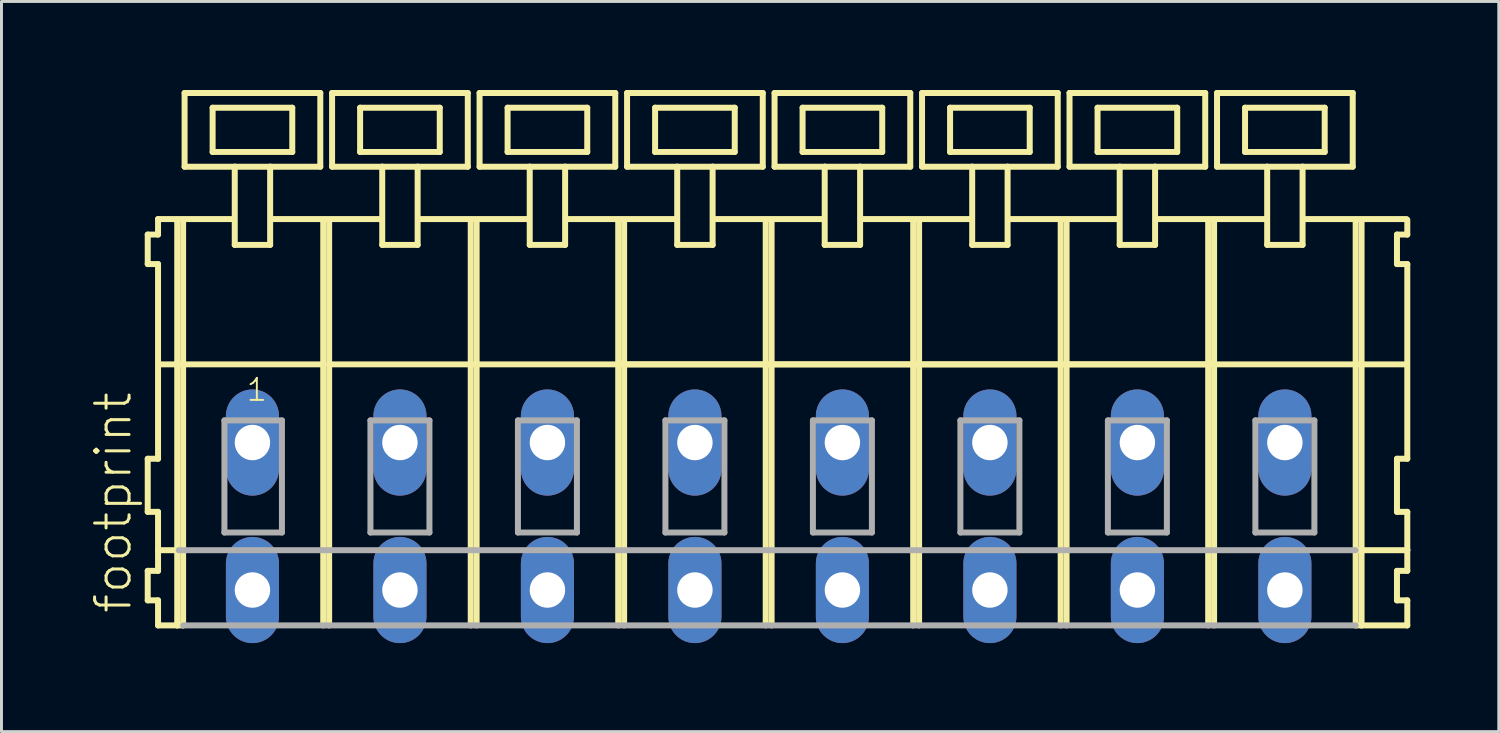
<source format=kicad_pcb>
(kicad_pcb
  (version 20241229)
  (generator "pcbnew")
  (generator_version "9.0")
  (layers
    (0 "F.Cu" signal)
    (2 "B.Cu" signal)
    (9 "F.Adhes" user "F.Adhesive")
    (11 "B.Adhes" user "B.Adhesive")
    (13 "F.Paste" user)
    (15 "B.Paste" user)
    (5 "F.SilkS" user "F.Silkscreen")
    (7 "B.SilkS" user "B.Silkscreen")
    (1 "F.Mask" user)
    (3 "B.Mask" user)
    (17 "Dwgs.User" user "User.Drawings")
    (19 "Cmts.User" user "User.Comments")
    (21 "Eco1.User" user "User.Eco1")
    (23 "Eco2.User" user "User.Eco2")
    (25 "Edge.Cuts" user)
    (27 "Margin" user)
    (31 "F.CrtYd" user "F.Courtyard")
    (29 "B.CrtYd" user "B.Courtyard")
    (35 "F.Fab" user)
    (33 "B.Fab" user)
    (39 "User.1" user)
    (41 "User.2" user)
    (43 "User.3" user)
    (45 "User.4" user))
  (footprint "footprint"
    (layer "F.Cu")
    (at 23.008 11.952)
    (property "Reference" "footprint" (at -21.535 5.855 90) (layer "F.SilkS") (effects (font (size 1.168 1.168) (thickness 0.102)) (justify left bottom)))
    (fp_line (start -21.05 -7.05) (end -21.05 -6.05) (stroke (width 0.203) (type solid)) (layer "F.SilkS"))
    (fp_line (start -21.05 -6.05) (end -20.7 -6.05) (stroke (width 0.203) (type solid)) (layer "F.SilkS"))
    (fp_line (start -21.05 0.55) (end -21.05 2.35) (stroke (width 0.203) (type solid)) (layer "F.SilkS"))
    (fp_line (start -21.05 2.35) (end -20.7 2.35) (stroke (width 0.203) (type solid)) (layer "F.SilkS"))
    (fp_line (start -21.05 4.35) (end -21.05 5.35) (stroke (width 0.203) (type solid)) (layer "F.SilkS"))
    (fp_line (start -21.05 5.35) (end -20.7 5.35) (stroke (width 0.203) (type solid)) (layer "F.SilkS"))
    (fp_line (start -20.7 -7.575) (end -20.7 -7.05) (stroke (width 0.203) (type solid)) (layer "F.SilkS"))
    (fp_line (start -20.7 -7.575) (end -18.125 -7.575) (stroke (width 0.203) (type solid)) (layer "F.SilkS"))
    (fp_line (start -20.7 -7.05) (end -21.05 -7.05) (stroke (width 0.203) (type solid)) (layer "F.SilkS"))
    (fp_line (start -20.7 -6.05) (end -20.7 0.55) (stroke (width 0.203) (type solid)) (layer "F.SilkS"))
    (fp_line (start -20.7 0.55) (end -21.05 0.55) (stroke (width 0.203) (type solid)) (layer "F.SilkS"))
    (fp_line (start -20.7 2.35) (end -20.7 4.35) (stroke (width 0.203) (type solid)) (layer "F.SilkS"))
    (fp_line (start -20.7 3.65) (end -20 3.65) (stroke (width 0.203) (type solid)) (layer "F.SilkS"))
    (fp_line (start -20.7 4.35) (end -21.05 4.35) (stroke (width 0.203) (type solid)) (layer "F.SilkS"))
    (fp_line (start -20.7 5.35) (end -20.7 6.2) (stroke (width 0.203) (type solid)) (layer "F.SilkS"))
    (fp_line (start -20.7 6.2) (end -20.05 6.2) (stroke (width 0.203) (type solid)) (layer "F.SilkS"))
    (fp_line (start -20.65 -2.65) (end -15.1 -2.65) (stroke (width 0.203) (type solid)) (layer "F.SilkS"))
    (fp_line (start -20.05 -7.55) (end -20.05 6.2) (stroke (width 0.203) (type solid)) (layer "F.SilkS"))
    (fp_line (start -20.05 6.2) (end -19.85 6.2) (stroke (width 0.203) (type solid)) (layer "F.SilkS"))
    (fp_line (start -19.85 -7.55) (end -19.85 6.2) (stroke (width 0.203) (type solid)) (layer "F.SilkS"))
    (fp_line (start -19.8 -11.85) (end -19.8 -9.35) (stroke (width 0.203) (type solid)) (layer "F.SilkS"))
    (fp_line (start -19.8 -9.35) (end -18.1 -9.35) (stroke (width 0.203) (type solid)) (layer "F.SilkS"))
    (fp_line (start -18.85 -11.35) (end -18.85 -9.85) (stroke (width 0.203) (type solid)) (layer "F.SilkS"))
    (fp_line (start -18.85 -9.85) (end -16.15 -9.85) (stroke (width 0.203) (type solid)) (layer "F.SilkS"))
    (fp_line (start -18.1 -9.35) (end -18.1 -6.7) (stroke (width 0.203) (type solid)) (layer "F.SilkS"))
    (fp_line (start -18.1 -9.35) (end -16.9 -9.35) (stroke (width 0.203) (type solid)) (layer "F.SilkS"))
    (fp_line (start -18.1 -6.7) (end -16.9 -6.7) (stroke (width 0.203) (type solid)) (layer "F.SilkS"))
    (fp_line (start -16.9 -9.35) (end -15.2 -9.35) (stroke (width 0.203) (type solid)) (layer "F.SilkS"))
    (fp_line (start -16.9 -6.7) (end -16.9 -9.35) (stroke (width 0.203) (type solid)) (layer "F.SilkS"))
    (fp_line (start -16.825 -7.575) (end -13.125 -7.575) (stroke (width 0.203) (type solid)) (layer "F.SilkS"))
    (fp_line (start -16.15 -11.35) (end -18.85 -11.35) (stroke (width 0.203) (type solid)) (layer "F.SilkS"))
    (fp_line (start -16.15 -9.85) (end -16.15 -11.35) (stroke (width 0.203) (type solid)) (layer "F.SilkS"))
    (fp_line (start -15.2 -11.85) (end -19.8 -11.85) (stroke (width 0.203) (type solid)) (layer "F.SilkS"))
    (fp_line (start -15.2 -9.35) (end -15.2 -11.85) (stroke (width 0.203) (type solid)) (layer "F.SilkS"))
    (fp_line (start -15.1 -7.55) (end -15.1 -2.65) (stroke (width 0.203) (type solid)) (layer "F.SilkS"))
    (fp_line (start -15.1 -2.65) (end -15.1 6.2) (stroke (width 0.203) (type solid)) (layer "F.SilkS"))
    (fp_line (start -14.9 -7.55) (end -14.9 -2.65) (stroke (width 0.203) (type solid)) (layer "F.SilkS"))
    (fp_line (start -14.9 -2.65) (end -14.9 6.2) (stroke (width 0.203) (type solid)) (layer "F.SilkS"))
    (fp_line (start -14.9 -2.65) (end -10.1 -2.65) (stroke (width 0.203) (type solid)) (layer "F.SilkS"))
    (fp_line (start -14.8 -11.85) (end -14.8 -9.35) (stroke (width 0.203) (type solid)) (layer "F.SilkS"))
    (fp_line (start -14.8 -9.35) (end -13.1 -9.35) (stroke (width 0.203) (type solid)) (layer "F.SilkS"))
    (fp_line (start -13.85 -11.35) (end -13.85 -9.85) (stroke (width 0.203) (type solid)) (layer "F.SilkS"))
    (fp_line (start -13.85 -9.85) (end -11.15 -9.85) (stroke (width 0.203) (type solid)) (layer "F.SilkS"))
    (fp_line (start -13.1 -9.35) (end -13.1 -6.7) (stroke (width 0.203) (type solid)) (layer "F.SilkS"))
    (fp_line (start -13.1 -9.35) (end -11.9 -9.35) (stroke (width 0.203) (type solid)) (layer "F.SilkS"))
    (fp_line (start -13.1 -6.7) (end -11.9 -6.7) (stroke (width 0.203) (type solid)) (layer "F.SilkS"))
    (fp_line (start -11.9 -9.35) (end -10.2 -9.35) (stroke (width 0.203) (type solid)) (layer "F.SilkS"))
    (fp_line (start -11.9 -6.7) (end -11.9 -9.35) (stroke (width 0.203) (type solid)) (layer "F.SilkS"))
    (fp_line (start -11.875 -7.575) (end -8.125 -7.575) (stroke (width 0.203) (type solid)) (layer "F.SilkS"))
    (fp_line (start -11.15 -11.35) (end -13.85 -11.35) (stroke (width 0.203) (type solid)) (layer "F.SilkS"))
    (fp_line (start -11.15 -9.85) (end -11.15 -11.35) (stroke (width 0.203) (type solid)) (layer "F.SilkS"))
    (fp_line (start -10.2 -11.85) (end -14.8 -11.85) (stroke (width 0.203) (type solid)) (layer "F.SilkS"))
    (fp_line (start -10.2 -9.35) (end -10.2 -11.85) (stroke (width 0.203) (type solid)) (layer "F.SilkS"))
    (fp_line (start -10.1 -7.55) (end -10.1 -2.65) (stroke (width 0.203) (type solid)) (layer "F.SilkS"))
    (fp_line (start -10.1 -2.65) (end -10.1 6.2) (stroke (width 0.203) (type solid)) (layer "F.SilkS"))
    (fp_line (start -10.1 -2.65) (end -9.9 -2.65) (stroke (width 0.203) (type solid)) (layer "F.SilkS"))
    (fp_line (start -9.9 -7.55) (end -9.9 -2.65) (stroke (width 0.203) (type solid)) (layer "F.SilkS"))
    (fp_line (start -9.9 -2.65) (end -9.9 6.2) (stroke (width 0.203) (type solid)) (layer "F.SilkS"))
    (fp_line (start -9.9 -2.65) (end -5.1 -2.65) (stroke (width 0.203) (type solid)) (layer "F.SilkS"))
    (fp_line (start -9.8 -11.85) (end -9.8 -9.35) (stroke (width 0.203) (type solid)) (layer "F.SilkS"))
    (fp_line (start -9.8 -9.35) (end -8.1 -9.35) (stroke (width 0.203) (type solid)) (layer "F.SilkS"))
    (fp_line (start -8.85 -11.35) (end -8.85 -9.85) (stroke (width 0.203) (type solid)) (layer "F.SilkS"))
    (fp_line (start -8.85 -9.85) (end -6.15 -9.85) (stroke (width 0.203) (type solid)) (layer "F.SilkS"))
    (fp_line (start -8.1 -9.35) (end -8.1 -6.7) (stroke (width 0.203) (type solid)) (layer "F.SilkS"))
    (fp_line (start -8.1 -9.35) (end -6.9 -9.35) (stroke (width 0.203) (type solid)) (layer "F.SilkS"))
    (fp_line (start -8.1 -6.7) (end -6.9 -6.7) (stroke (width 0.203) (type solid)) (layer "F.SilkS"))
    (fp_line (start -6.9 -9.35) (end -5.2 -9.35) (stroke (width 0.203) (type solid)) (layer "F.SilkS"))
    (fp_line (start -6.9 -6.7) (end -6.9 -9.35) (stroke (width 0.203) (type solid)) (layer "F.SilkS"))
    (fp_line (start -6.875 -7.575) (end -3.125 -7.575) (stroke (width 0.203) (type solid)) (layer "F.SilkS"))
    (fp_line (start -6.15 -11.35) (end -8.85 -11.35) (stroke (width 0.203) (type solid)) (layer "F.SilkS"))
    (fp_line (start -6.15 -9.85) (end -6.15 -11.35) (stroke (width 0.203) (type solid)) (layer "F.SilkS"))
    (fp_line (start -5.2 -11.85) (end -9.8 -11.85) (stroke (width 0.203) (type solid)) (layer "F.SilkS"))
    (fp_line (start -5.2 -9.35) (end -5.2 -11.85) (stroke (width 0.203) (type solid)) (layer "F.SilkS"))
    (fp_line (start -5.1 -7.55) (end -5.1 -2.65) (stroke (width 0.203) (type solid)) (layer "F.SilkS"))
    (fp_line (start -5.1 -2.65) (end -5.1 6.2) (stroke (width 0.203) (type solid)) (layer "F.SilkS"))
    (fp_line (start -5.1 -2.65) (end -4.9 -2.65) (stroke (width 0.203) (type solid)) (layer "F.SilkS"))
    (fp_line (start -5.1 -2.65) (end 19.9 -2.65) (stroke (width 0.203) (type solid)) (layer "F.SilkS"))
    (fp_line (start -4.9 -7.55) (end -4.9 -2.65) (stroke (width 0.203) (type solid)) (layer "F.SilkS"))
    (fp_line (start -4.9 -2.65) (end -4.9 6.2) (stroke (width 0.203) (type solid)) (layer "F.SilkS"))
    (fp_line (start -4.9 -2.65) (end -0.1 -2.65) (stroke (width 0.203) (type solid)) (layer "F.SilkS"))
    (fp_line (start -4.8 -11.85) (end -4.8 -9.35) (stroke (width 0.203) (type solid)) (layer "F.SilkS"))
    (fp_line (start -4.8 -9.35) (end -3.1 -9.35) (stroke (width 0.203) (type solid)) (layer "F.SilkS"))
    (fp_line (start -3.85 -11.35) (end -3.85 -9.85) (stroke (width 0.203) (type solid)) (layer "F.SilkS"))
    (fp_line (start -3.85 -9.85) (end -1.15 -9.85) (stroke (width 0.203) (type solid)) (layer "F.SilkS"))
    (fp_line (start -3.1 -9.35) (end -3.1 -6.7) (stroke (width 0.203) (type solid)) (layer "F.SilkS"))
    (fp_line (start -3.1 -9.35) (end -1.9 -9.35) (stroke (width 0.203) (type solid)) (layer "F.SilkS"))
    (fp_line (start -3.1 -6.7) (end -1.9 -6.7) (stroke (width 0.203) (type solid)) (layer "F.SilkS"))
    (fp_line (start -1.9 -9.35) (end -0.2 -9.35) (stroke (width 0.203) (type solid)) (layer "F.SilkS"))
    (fp_line (start -1.9 -6.7) (end -1.9 -9.35) (stroke (width 0.203) (type solid)) (layer "F.SilkS"))
    (fp_line (start -1.875 -7.575) (end 1.875 -7.575) (stroke (width 0.203) (type solid)) (layer "F.SilkS"))
    (fp_line (start -1.15 -11.35) (end -3.85 -11.35) (stroke (width 0.203) (type solid)) (layer "F.SilkS"))
    (fp_line (start -1.15 -9.85) (end -1.15 -11.35) (stroke (width 0.203) (type solid)) (layer "F.SilkS"))
    (fp_line (start -0.2 -11.85) (end -4.8 -11.85) (stroke (width 0.203) (type solid)) (layer "F.SilkS"))
    (fp_line (start -0.2 -9.35) (end -0.2 -11.85) (stroke (width 0.203) (type solid)) (layer "F.SilkS"))
    (fp_line (start -0.1 -7.55) (end -0.1 -2.65) (stroke (width 0.203) (type solid)) (layer "F.SilkS"))
    (fp_line (start -0.1 -2.65) (end -0.1 6.2) (stroke (width 0.203) (type solid)) (layer "F.SilkS"))
    (fp_line (start -0.1 -2.65) (end 0.1 -2.65) (stroke (width 0.203) (type solid)) (layer "F.SilkS"))
    (fp_line (start 0.1 -7.55) (end 0.1 -2.65) (stroke (width 0.203) (type solid)) (layer "F.SilkS"))
    (fp_line (start 0.1 -2.65) (end 0.1 6.2) (stroke (width 0.203) (type solid)) (layer "F.SilkS"))
    (fp_line (start 0.1 -2.65) (end 4.9 -2.65) (stroke (width 0.203) (type solid)) (layer "F.SilkS"))
    (fp_line (start 0.2 -11.85) (end 0.2 -9.35) (stroke (width 0.203) (type solid)) (layer "F.SilkS"))
    (fp_line (start 0.2 -9.35) (end 1.9 -9.35) (stroke (width 0.203) (type solid)) (layer "F.SilkS"))
    (fp_line (start 1.15 -11.35) (end 1.15 -9.85) (stroke (width 0.203) (type solid)) (layer "F.SilkS"))
    (fp_line (start 1.15 -9.85) (end 3.85 -9.85) (stroke (width 0.203) (type solid)) (layer "F.SilkS"))
    (fp_line (start 1.9 -9.35) (end 1.9 -6.7) (stroke (width 0.203) (type solid)) (layer "F.SilkS"))
    (fp_line (start 1.9 -9.35) (end 3.1 -9.35) (stroke (width 0.203) (type solid)) (layer "F.SilkS"))
    (fp_line (start 1.9 -6.7) (end 3.1 -6.7) (stroke (width 0.203) (type solid)) (layer "F.SilkS"))
    (fp_line (start 3.1 -9.35) (end 4.8 -9.35) (stroke (width 0.203) (type solid)) (layer "F.SilkS"))
    (fp_line (start 3.1 -6.7) (end 3.1 -9.35) (stroke (width 0.203) (type solid)) (layer "F.SilkS"))
    (fp_line (start 3.125 -7.575) (end 6.875 -7.575) (stroke (width 0.203) (type solid)) (layer "F.SilkS"))
    (fp_line (start 3.85 -11.35) (end 1.15 -11.35) (stroke (width 0.203) (type solid)) (layer "F.SilkS"))
    (fp_line (start 3.85 -9.85) (end 3.85 -11.35) (stroke (width 0.203) (type solid)) (layer "F.SilkS"))
    (fp_line (start 4.8 -11.85) (end 0.2 -11.85) (stroke (width 0.203) (type solid)) (layer "F.SilkS"))
    (fp_line (start 4.8 -9.35) (end 4.8 -11.85) (stroke (width 0.203) (type solid)) (layer "F.SilkS"))
    (fp_line (start 4.9 -7.55) (end 4.9 -2.65) (stroke (width 0.203) (type solid)) (layer "F.SilkS"))
    (fp_line (start 4.9 -2.65) (end 4.9 6.2) (stroke (width 0.203) (type solid)) (layer "F.SilkS"))
    (fp_line (start 4.9 -2.65) (end 5.1 -2.65) (stroke (width 0.203) (type solid)) (layer "F.SilkS"))
    (fp_line (start 5.1 -7.55) (end 5.1 -2.65) (stroke (width 0.203) (type solid)) (layer "F.SilkS"))
    (fp_line (start 5.1 -2.65) (end 5.1 6.2) (stroke (width 0.203) (type solid)) (layer "F.SilkS"))
    (fp_line (start 5.1 -2.65) (end 9.9 -2.65) (stroke (width 0.203) (type solid)) (layer "F.SilkS"))
    (fp_line (start 5.2 -11.85) (end 5.2 -9.35) (stroke (width 0.203) (type solid)) (layer "F.SilkS"))
    (fp_line (start 5.2 -9.35) (end 6.9 -9.35) (stroke (width 0.203) (type solid)) (layer "F.SilkS"))
    (fp_line (start 6.15 -11.35) (end 6.15 -9.85) (stroke (width 0.203) (type solid)) (layer "F.SilkS"))
    (fp_line (start 6.15 -9.85) (end 8.85 -9.85) (stroke (width 0.203) (type solid)) (layer "F.SilkS"))
    (fp_line (start 6.9 -9.35) (end 6.9 -6.7) (stroke (width 0.203) (type solid)) (layer "F.SilkS"))
    (fp_line (start 6.9 -9.35) (end 8.1 -9.35) (stroke (width 0.203) (type solid)) (layer "F.SilkS"))
    (fp_line (start 6.9 -6.7) (end 8.1 -6.7) (stroke (width 0.203) (type solid)) (layer "F.SilkS"))
    (fp_line (start 8.1 -9.35) (end 9.8 -9.35) (stroke (width 0.203) (type solid)) (layer "F.SilkS"))
    (fp_line (start 8.1 -6.7) (end 8.1 -9.35) (stroke (width 0.203) (type solid)) (layer "F.SilkS"))
    (fp_line (start 8.125 -7.575) (end 11.875 -7.575) (stroke (width 0.203) (type solid)) (layer "F.SilkS"))
    (fp_line (start 8.85 -11.35) (end 6.15 -11.35) (stroke (width 0.203) (type solid)) (layer "F.SilkS"))
    (fp_line (start 8.85 -9.85) (end 8.85 -11.35) (stroke (width 0.203) (type solid)) (layer "F.SilkS"))
    (fp_line (start 9.8 -11.85) (end 5.2 -11.85) (stroke (width 0.203) (type solid)) (layer "F.SilkS"))
    (fp_line (start 9.8 -9.35) (end 9.8 -11.85) (stroke (width 0.203) (type solid)) (layer "F.SilkS"))
    (fp_line (start 9.9 -7.55) (end 9.9 -2.65) (stroke (width 0.203) (type solid)) (layer "F.SilkS"))
    (fp_line (start 9.9 -2.65) (end 9.9 6.2) (stroke (width 0.203) (type solid)) (layer "F.SilkS"))
    (fp_line (start 9.9 -2.65) (end 10.1 -2.65) (stroke (width 0.203) (type solid)) (layer "F.SilkS"))
    (fp_line (start 10.1 -7.55) (end 10.1 -2.65) (stroke (width 0.203) (type solid)) (layer "F.SilkS"))
    (fp_line (start 10.1 -2.65) (end 10.1 6.2) (stroke (width 0.203) (type solid)) (layer "F.SilkS"))
    (fp_line (start 10.1 -2.65) (end 14.9 -2.65) (stroke (width 0.203) (type solid)) (layer "F.SilkS"))
    (fp_line (start 10.2 -11.85) (end 10.2 -9.35) (stroke (width 0.203) (type solid)) (layer "F.SilkS"))
    (fp_line (start 10.2 -9.35) (end 11.9 -9.35) (stroke (width 0.203) (type solid)) (layer "F.SilkS"))
    (fp_line (start 11.15 -11.35) (end 11.15 -9.85) (stroke (width 0.203) (type solid)) (layer "F.SilkS"))
    (fp_line (start 11.15 -9.85) (end 13.85 -9.85) (stroke (width 0.203) (type solid)) (layer "F.SilkS"))
    (fp_line (start 11.9 -9.35) (end 11.9 -6.7) (stroke (width 0.203) (type solid)) (layer "F.SilkS"))
    (fp_line (start 11.9 -9.35) (end 13.1 -9.35) (stroke (width 0.203) (type solid)) (layer "F.SilkS"))
    (fp_line (start 11.9 -6.7) (end 13.1 -6.7) (stroke (width 0.203) (type solid)) (layer "F.SilkS"))
    (fp_line (start 13.1 -9.35) (end 14.8 -9.35) (stroke (width 0.203) (type solid)) (layer "F.SilkS"))
    (fp_line (start 13.1 -6.7) (end 13.1 -9.35) (stroke (width 0.203) (type solid)) (layer "F.SilkS"))
    (fp_line (start 13.125 -7.575) (end 16.875 -7.575) (stroke (width 0.203) (type solid)) (layer "F.SilkS"))
    (fp_line (start 13.85 -11.35) (end 11.15 -11.35) (stroke (width 0.203) (type solid)) (layer "F.SilkS"))
    (fp_line (start 13.85 -9.85) (end 13.85 -11.35) (stroke (width 0.203) (type solid)) (layer "F.SilkS"))
    (fp_line (start 14.8 -11.85) (end 10.2 -11.85) (stroke (width 0.203) (type solid)) (layer "F.SilkS"))
    (fp_line (start 14.8 -9.35) (end 14.8 -11.85) (stroke (width 0.203) (type solid)) (layer "F.SilkS"))
    (fp_line (start 14.9 -7.55) (end 14.9 -2.65) (stroke (width 0.203) (type solid)) (layer "F.SilkS"))
    (fp_line (start 14.9 -2.65) (end 14.9 6.2) (stroke (width 0.203) (type solid)) (layer "F.SilkS"))
    (fp_line (start 14.9 -2.65) (end 15.1 -2.65) (stroke (width 0.203) (type solid)) (layer "F.SilkS"))
    (fp_line (start 15.1 -7.55) (end 15.1 -2.65) (stroke (width 0.203) (type solid)) (layer "F.SilkS"))
    (fp_line (start 15.1 -2.65) (end 15.1 6.2) (stroke (width 0.203) (type solid)) (layer "F.SilkS"))
    (fp_line (start 15.2 -11.85) (end 15.2 -9.35) (stroke (width 0.203) (type solid)) (layer "F.SilkS"))
    (fp_line (start 15.2 -9.35) (end 16.9 -9.35) (stroke (width 0.203) (type solid)) (layer "F.SilkS"))
    (fp_line (start 16.15 -11.35) (end 16.15 -9.85) (stroke (width 0.203) (type solid)) (layer "F.SilkS"))
    (fp_line (start 16.15 -9.85) (end 18.85 -9.85) (stroke (width 0.203) (type solid)) (layer "F.SilkS"))
    (fp_line (start 16.9 -9.35) (end 16.9 -6.7) (stroke (width 0.203) (type solid)) (layer "F.SilkS"))
    (fp_line (start 16.9 -9.35) (end 18.1 -9.35) (stroke (width 0.203) (type solid)) (layer "F.SilkS"))
    (fp_line (start 16.9 -6.7) (end 18.1 -6.7) (stroke (width 0.203) (type solid)) (layer "F.SilkS"))
    (fp_line (start 18.1 -9.35) (end 19.8 -9.35) (stroke (width 0.203) (type solid)) (layer "F.SilkS"))
    (fp_line (start 18.1 -6.7) (end 18.1 -9.35) (stroke (width 0.203) (type solid)) (layer "F.SilkS"))
    (fp_line (start 18.125 -7.575) (end 21.625 -7.575) (stroke (width 0.203) (type solid)) (layer "F.SilkS"))
    (fp_line (start 18.85 -11.35) (end 16.15 -11.35) (stroke (width 0.203) (type solid)) (layer "F.SilkS"))
    (fp_line (start 18.85 -9.85) (end 18.85 -11.35) (stroke (width 0.203) (type solid)) (layer "F.SilkS"))
    (fp_line (start 19.8 -11.85) (end 15.2 -11.85) (stroke (width 0.203) (type solid)) (layer "F.SilkS"))
    (fp_line (start 19.8 -9.35) (end 19.8 -11.85) (stroke (width 0.203) (type solid)) (layer "F.SilkS"))
    (fp_line (start 19.9 -7.55) (end 19.9 -2.65) (stroke (width 0.203) (type solid)) (layer "F.SilkS"))
    (fp_line (start 19.9 -2.65) (end 19.9 6.2) (stroke (width 0.203) (type solid)) (layer "F.SilkS"))
    (fp_line (start 19.9 -2.65) (end 20.1 -2.65) (stroke (width 0.203) (type solid)) (layer "F.SilkS"))
    (fp_line (start 19.9 6.2) (end 20.1 6.2) (stroke (width 0.203) (type solid)) (layer "F.SilkS"))
    (fp_line (start 19.95 3.65) (end 21.65 3.65) (stroke (width 0.203) (type solid)) (layer "F.SilkS"))
    (fp_line (start 20.1 -7.55) (end 20.1 -2.65) (stroke (width 0.203) (type solid)) (layer "F.SilkS"))
    (fp_line (start 20.1 -2.65) (end 20.1 6.2) (stroke (width 0.203) (type solid)) (layer "F.SilkS"))
    (fp_line (start 20.1 -2.65) (end 21.6 -2.65) (stroke (width 0.203) (type solid)) (layer "F.SilkS"))
    (fp_line (start 20.1 6.2) (end 21.65 6.2) (stroke (width 0.203) (type solid)) (layer "F.SilkS"))
    (fp_line (start 21.3 -7.05) (end 21.3 -6.05) (stroke (width 0.203) (type solid)) (layer "F.SilkS"))
    (fp_line (start 21.3 -6.05) (end 21.65 -6.05) (stroke (width 0.203) (type solid)) (layer "F.SilkS"))
    (fp_line (start 21.3 0.55) (end 21.3 2.35) (stroke (width 0.203) (type solid)) (layer "F.SilkS"))
    (fp_line (start 21.3 2.35) (end 21.65 2.35) (stroke (width 0.203) (type solid)) (layer "F.SilkS"))
    (fp_line (start 21.3 4.35) (end 21.3 5.35) (stroke (width 0.203) (type solid)) (layer "F.SilkS"))
    (fp_line (start 21.3 5.35) (end 21.65 5.35) (stroke (width 0.203) (type solid)) (layer "F.SilkS"))
    (fp_line (start 21.65 -7.05) (end 21.3 -7.05) (stroke (width 0.203) (type solid)) (layer "F.SilkS"))
    (fp_line (start 21.65 -7.05) (end 21.65 -7.55) (stroke (width 0.203) (type solid)) (layer "F.SilkS"))
    (fp_line (start 21.65 0.55) (end 21.3 0.55) (stroke (width 0.203) (type solid)) (layer "F.SilkS"))
    (fp_line (start 21.65 0.55) (end 21.65 -6.05) (stroke (width 0.203) (type solid)) (layer "F.SilkS"))
    (fp_line (start 21.65 3.65) (end 21.65 2.35) (stroke (width 0.203) (type solid)) (layer "F.SilkS"))
    (fp_line (start 21.65 4.35) (end 21.3 4.35) (stroke (width 0.203) (type solid)) (layer "F.SilkS"))
    (fp_line (start 21.65 4.35) (end 21.65 3.65) (stroke (width 0.203) (type solid)) (layer "F.SilkS"))
    (fp_line (start 21.65 6.2) (end 21.65 5.35) (stroke (width 0.203) (type solid)) (layer "F.SilkS"))
    (fp_line (start -20 3.65) (end 19.9 3.65) (stroke (width 0.203) (type solid)) (layer "F.Fab"))
    (fp_line (start -19.85 6.2) (end 19.9 6.2) (stroke (width 0.203) (type solid)) (layer "F.Fab"))
    (fp_line (start -18.45 -0.75) (end -18.45 3.05) (stroke (width 0.203) (type solid)) (layer "F.Fab"))
    (fp_line (start -18.45 3.05) (end -16.5 3.05) (stroke (width 0.203) (type solid)) (layer "F.Fab"))
    (fp_line (start -16.5 -0.75) (end -18.45 -0.75) (stroke (width 0.203) (type solid)) (layer "F.Fab"))
    (fp_line (start -16.5 3.05) (end -16.5 -0.75) (stroke (width 0.203) (type solid)) (layer "F.Fab"))
    (fp_line (start -13.5 -0.75) (end -13.5 3.05) (stroke (width 0.203) (type solid)) (layer "F.Fab"))
    (fp_line (start -13.5 3.05) (end -11.5 3.05) (stroke (width 0.203) (type solid)) (layer "F.Fab"))
    (fp_line (start -11.5 -0.75) (end -13.5 -0.75) (stroke (width 0.203) (type solid)) (layer "F.Fab"))
    (fp_line (start -11.5 3.05) (end -11.5 -0.75) (stroke (width 0.203) (type solid)) (layer "F.Fab"))
    (fp_line (start -8.5 -0.75) (end -8.5 3.05) (stroke (width 0.203) (type solid)) (layer "F.Fab"))
    (fp_line (start -8.5 3.05) (end -6.5 3.05) (stroke (width 0.203) (type solid)) (layer "F.Fab"))
    (fp_line (start -6.5 -0.75) (end -8.5 -0.75) (stroke (width 0.203) (type solid)) (layer "F.Fab"))
    (fp_line (start -6.5 3.05) (end -6.5 -0.75) (stroke (width 0.203) (type solid)) (layer "F.Fab"))
    (fp_line (start -3.5 -0.75) (end -3.5 3.05) (stroke (width 0.203) (type solid)) (layer "F.Fab"))
    (fp_line (start -3.5 3.05) (end -1.5 3.05) (stroke (width 0.203) (type solid)) (layer "F.Fab"))
    (fp_line (start -1.5 -0.75) (end -3.5 -0.75) (stroke (width 0.203) (type solid)) (layer "F.Fab"))
    (fp_line (start -1.5 3.05) (end -1.5 -0.75) (stroke (width 0.203) (type solid)) (layer "F.Fab"))
    (fp_line (start 1.5 -0.75) (end 1.5 3.05) (stroke (width 0.203) (type solid)) (layer "F.Fab"))
    (fp_line (start 1.5 3.05) (end 3.5 3.05) (stroke (width 0.203) (type solid)) (layer "F.Fab"))
    (fp_line (start 3.5 -0.75) (end 1.5 -0.75) (stroke (width 0.203) (type solid)) (layer "F.Fab"))
    (fp_line (start 3.5 3.05) (end 3.5 -0.75) (stroke (width 0.203) (type solid)) (layer "F.Fab"))
    (fp_line (start 6.5 -0.75) (end 6.5 3.05) (stroke (width 0.203) (type solid)) (layer "F.Fab"))
    (fp_line (start 6.5 3.05) (end 8.5 3.05) (stroke (width 0.203) (type solid)) (layer "F.Fab"))
    (fp_line (start 8.5 -0.75) (end 6.5 -0.75) (stroke (width 0.203) (type solid)) (layer "F.Fab"))
    (fp_line (start 8.5 3.05) (end 8.5 -0.75) (stroke (width 0.203) (type solid)) (layer "F.Fab"))
    (fp_line (start 11.5 -0.75) (end 11.5 3.05) (stroke (width 0.203) (type solid)) (layer "F.Fab"))
    (fp_line (start 11.5 3.05) (end 13.5 3.05) (stroke (width 0.203) (type solid)) (layer "F.Fab"))
    (fp_line (start 13.5 -0.75) (end 11.5 -0.75) (stroke (width 0.203) (type solid)) (layer "F.Fab"))
    (fp_line (start 13.5 3.05) (end 13.5 -0.75) (stroke (width 0.203) (type solid)) (layer "F.Fab"))
    (fp_line (start 16.5 -0.75) (end 16.5 3.05) (stroke (width 0.203) (type solid)) (layer "F.Fab"))
    (fp_line (start 16.5 3.05) (end 18.5 3.05) (stroke (width 0.203) (type solid)) (layer "F.Fab"))
    (fp_line (start 18.5 -0.75) (end 16.5 -0.75) (stroke (width 0.203) (type solid)) (layer "F.Fab"))
    (fp_line (start 18.5 3.05) (end 18.5 -0.75) (stroke (width 0.203) (type solid)) (layer "F.Fab"))
    (fp_text user "1" (at -17.75 -1.35 0) (layer "F.SilkS") (effects (font (size 0.748 0.748) (thickness 0.065)) (justify left bottom)))
    (pad "A1" thru_hole oval (at -17.5 0 90) (size 3.6 1.8) (drill 1.2) (layers "*.Cu" "*.Mask"))
    (pad "A2" thru_hole oval (at -12.5 0 90) (size 3.6 1.8) (drill 1.2) (layers "*.Cu" "*.Mask"))
    (pad "A3" thru_hole oval (at -7.5 0 90) (size 3.6 1.8) (drill 1.2) (layers "*.Cu" "*.Mask"))
    (pad "A4" thru_hole oval (at -2.5 0 90) (size 3.6 1.8) (drill 1.2) (layers "*.Cu" "*.Mask"))
    (pad "A5" thru_hole oval (at 2.5 0 90) (size 3.6 1.8) (drill 1.2) (layers "*.Cu" "*.Mask"))
    (pad "A6" thru_hole oval (at 7.5 0 90) (size 3.6 1.8) (drill 1.2) (layers "*.Cu" "*.Mask"))
    (pad "A7" thru_hole oval (at 12.5 0 90) (size 3.6 1.8) (drill 1.2) (layers "*.Cu" "*.Mask"))
    (pad "A8" thru_hole oval (at 17.5 0 90) (size 3.6 1.8) (drill 1.2) (layers "*.Cu" "*.Mask"))
    (pad "B1" thru_hole oval (at -17.5 5 90) (size 3.6 1.8) (drill 1.2) (layers "*.Cu" "*.Mask"))
    (pad "B2" thru_hole oval (at -12.5 5 90) (size 3.6 1.8) (drill 1.2) (layers "*.Cu" "*.Mask"))
    (pad "B3" thru_hole oval (at -7.5 5 90) (size 3.6 1.8) (drill 1.2) (layers "*.Cu" "*.Mask"))
    (pad "B4" thru_hole oval (at -2.5 5 90) (size 3.6 1.8) (drill 1.2) (layers "*.Cu" "*.Mask"))
    (pad "B5" thru_hole oval (at 2.5 5 90) (size 3.6 1.8) (drill 1.2) (layers "*.Cu" "*.Mask"))
    (pad "B6" thru_hole oval (at 7.5 5 90) (size 3.6 1.8) (drill 1.2) (layers "*.Cu" "*.Mask"))
    (pad "B7" thru_hole oval (at 12.5 5 90) (size 3.6 1.8) (drill 1.2) (layers "*.Cu" "*.Mask"))
    (pad "B8" thru_hole oval (at 17.5 5 90) (size 3.6 1.8) (drill 1.2) (layers "*.Cu" "*.Mask")))
  (gr_rect
    (start -3 -3)
    (end 47.76 21.752)
    (stroke (width 0.1) (type default))
    (fill no)
    (layer "Edge.Cuts")))
</source>
